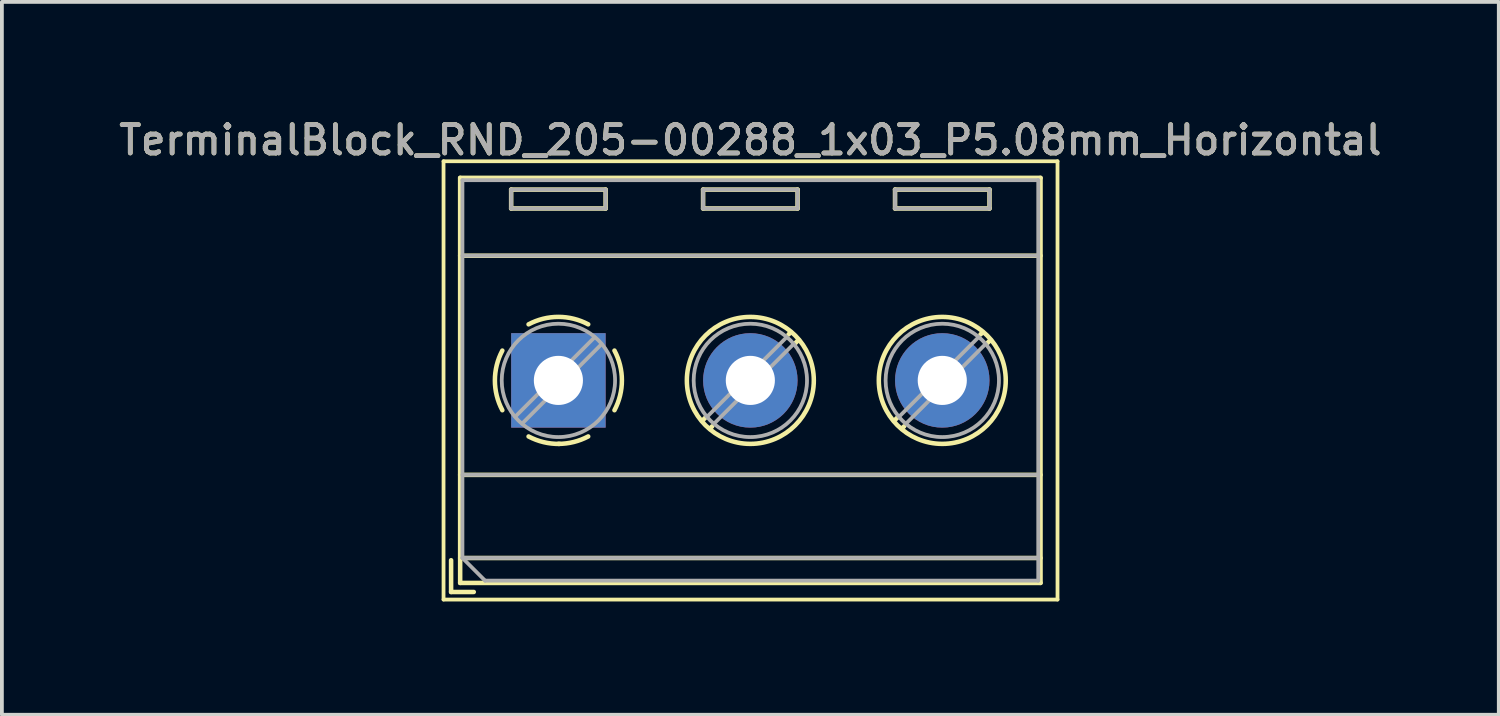
<source format=kicad_pcb>
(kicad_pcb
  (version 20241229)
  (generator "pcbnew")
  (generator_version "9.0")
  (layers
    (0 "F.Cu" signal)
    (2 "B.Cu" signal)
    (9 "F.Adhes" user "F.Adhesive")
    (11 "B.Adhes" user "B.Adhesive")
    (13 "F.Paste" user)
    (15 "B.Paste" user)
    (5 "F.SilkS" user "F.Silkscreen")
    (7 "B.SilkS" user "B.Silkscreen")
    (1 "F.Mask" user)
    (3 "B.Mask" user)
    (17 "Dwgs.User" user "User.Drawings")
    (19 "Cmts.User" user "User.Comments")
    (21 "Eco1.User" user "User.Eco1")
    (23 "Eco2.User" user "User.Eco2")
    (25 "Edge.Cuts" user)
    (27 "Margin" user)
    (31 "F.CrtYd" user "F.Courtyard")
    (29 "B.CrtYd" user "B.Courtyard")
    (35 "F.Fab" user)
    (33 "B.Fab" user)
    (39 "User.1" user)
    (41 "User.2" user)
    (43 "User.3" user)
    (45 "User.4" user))
  (footprint "TerminalBlock_RND_205-00288_1x03_P5.08mm_Horizontal"
    (layer "F.Cu")
    (at 11.729 7.018)
    (property "Reference" "TerminalBlock_RND_205-00288_1x03_P5.08mm_Horizontal" (at 5.08 -6.36 0) (layer "F.SilkS") (effects (font (size 0.75 0.75) (thickness 0.125))))
    (attr through_hole)
    (fp_line (start -3.04 -5.8) (end -3.04 5.8) (stroke (width 0.1) (type solid)) (layer "F.SilkS"))
    (fp_line (start -3.04 5.8) (end 13.21 5.8) (stroke (width 0.1) (type solid)) (layer "F.SilkS"))
    (fp_line (start -2.84 4.76) (end -2.84 5.6) (stroke (width 0.12) (type solid)) (layer "F.SilkS"))
    (fp_line (start -2.84 5.6) (end -2.24 5.6) (stroke (width 0.12) (type solid)) (layer "F.SilkS"))
    (fp_line (start -2.6 -5.36) (end -2.6 5.36) (stroke (width 0.12) (type solid)) (layer "F.SilkS"))
    (fp_line (start -2.6 -5.36) (end 12.76 -5.36) (stroke (width 0.12) (type solid)) (layer "F.SilkS"))
    (fp_line (start -2.6 -3.3) (end 12.76 -3.3) (stroke (width 0.12) (type solid)) (layer "F.SilkS"))
    (fp_line (start -2.6 2.5) (end 12.76 2.5) (stroke (width 0.12) (type solid)) (layer "F.SilkS"))
    (fp_line (start -2.6 4.7) (end 12.76 4.7) (stroke (width 0.12) (type solid)) (layer "F.SilkS"))
    (fp_line (start -2.6 5.36) (end 12.76 5.36) (stroke (width 0.12) (type solid)) (layer "F.SilkS"))
    (fp_line (start -1.25 -5.05) (end -1.25 -4.55) (stroke (width 0.12) (type solid)) (layer "F.SilkS"))
    (fp_line (start -1.25 -5.05) (end 1.25 -5.05) (stroke (width 0.12) (type solid)) (layer "F.SilkS"))
    (fp_line (start -1.25 -4.55) (end 1.25 -4.55) (stroke (width 0.12) (type solid)) (layer "F.SilkS"))
    (fp_line (start 1.25 -5.05) (end 1.25 -4.55) (stroke (width 0.12) (type solid)) (layer "F.SilkS"))
    (fp_line (start 3.83 -5.05) (end 3.83 -4.55) (stroke (width 0.12) (type solid)) (layer "F.SilkS"))
    (fp_line (start 3.83 -5.05) (end 6.33 -5.05) (stroke (width 0.12) (type solid)) (layer "F.SilkS"))
    (fp_line (start 3.83 -4.55) (end 6.33 -4.55) (stroke (width 0.12) (type solid)) (layer "F.SilkS"))
    (fp_line (start 3.9 0.976) (end 3.806 1.069) (stroke (width 0.12) (type solid)) (layer "F.SilkS"))
    (fp_line (start 4.07 1.216) (end 4.011 1.274) (stroke (width 0.12) (type solid)) (layer "F.SilkS"))
    (fp_line (start 6.15 -1.275) (end 6.091 -1.216) (stroke (width 0.12) (type solid)) (layer "F.SilkS"))
    (fp_line (start 6.33 -5.05) (end 6.33 -4.55) (stroke (width 0.12) (type solid)) (layer "F.SilkS"))
    (fp_line (start 6.355 -1.069) (end 6.261 -0.976) (stroke (width 0.12) (type solid)) (layer "F.SilkS"))
    (fp_line (start 8.91 -5.05) (end 8.91 -4.55) (stroke (width 0.12) (type solid)) (layer "F.SilkS"))
    (fp_line (start 8.91 -5.05) (end 11.41 -5.05) (stroke (width 0.12) (type solid)) (layer "F.SilkS"))
    (fp_line (start 8.91 -4.55) (end 11.41 -4.55) (stroke (width 0.12) (type solid)) (layer "F.SilkS"))
    (fp_line (start 8.98 0.976) (end 8.886 1.069) (stroke (width 0.12) (type solid)) (layer "F.SilkS"))
    (fp_line (start 9.15 1.216) (end 9.091 1.274) (stroke (width 0.12) (type solid)) (layer "F.SilkS"))
    (fp_line (start 11.23 -1.275) (end 11.171 -1.216) (stroke (width 0.12) (type solid)) (layer "F.SilkS"))
    (fp_line (start 11.41 -5.05) (end 11.41 -4.55) (stroke (width 0.12) (type solid)) (layer "F.SilkS"))
    (fp_line (start 11.435 -1.069) (end 11.341 -0.976) (stroke (width 0.12) (type solid)) (layer "F.SilkS"))
    (fp_line (start 12.76 -5.36) (end 12.76 5.36) (stroke (width 0.12) (type solid)) (layer "F.SilkS"))
    (fp_line (start 13.21 -5.8) (end -3.04 -5.8) (stroke (width 0.1) (type solid)) (layer "F.SilkS"))
    (fp_line (start 13.21 5.8) (end 13.21 -5.8) (stroke (width 0.1) (type solid)) (layer "F.SilkS"))
    (fp_arc (start -1.483953 0.789089) (mid -1.680708 0.00005) (end -1.484 -0.789) (stroke (width 0.12) (type solid)) (layer "F.SilkS"))
    (fp_arc (start -0.789089 -1.483953) (mid -0.00005 -1.680708) (end 0.789 -1.484) (stroke (width 0.12) (type solid)) (layer "F.SilkS"))
    (fp_arc (start 0.029383 1.68045) (mid -0.392304 1.634281) (end -0.789 1.484) (stroke (width 0.12) (type solid)) (layer "F.SilkS"))
    (fp_arc (start 0.788712 1.483352) (mid 0.406429 1.630097) (end 0 1.68) (stroke (width 0.12) (type solid)) (layer "F.SilkS"))
    (fp_arc (start 1.483953 -0.789089) (mid 1.680708 -0.00005) (end 1.484 0.789) (stroke (width 0.12) (type solid)) (layer "F.SilkS"))
    (fp_circle (center 5.08 0) (end 6.76 0) (stroke (width 0.12) (type solid)) (fill no) (layer "F.SilkS"))
    (fp_circle (center 10.16 0) (end 11.84 0) (stroke (width 0.12) (type solid)) (fill no) (layer "F.SilkS"))
    (fp_line (start -2.54 -5.3) (end 12.7 -5.3) (stroke (width 0.1) (type solid)) (layer "F.Fab"))
    (fp_line (start -2.54 -3.3) (end 12.7 -3.3) (stroke (width 0.1) (type solid)) (layer "F.Fab"))
    (fp_line (start -2.54 2.5) (end 12.7 2.5) (stroke (width 0.1) (type solid)) (layer "F.Fab"))
    (fp_line (start -2.54 4.7) (end -2.54 -5.3) (stroke (width 0.1) (type solid)) (layer "F.Fab"))
    (fp_line (start -2.54 4.7) (end 12.7 4.7) (stroke (width 0.1) (type solid)) (layer "F.Fab"))
    (fp_line (start -1.94 5.3) (end -2.54 4.7) (stroke (width 0.1) (type solid)) (layer "F.Fab"))
    (fp_line (start -1.25 -5.05) (end -1.25 -4.55) (stroke (width 0.1) (type solid)) (layer "F.Fab"))
    (fp_line (start -1.25 -4.55) (end 1.25 -4.55) (stroke (width 0.1) (type solid)) (layer "F.Fab"))
    (fp_line (start 0.955 -1.138) (end -1.138 0.955) (stroke (width 0.1) (type solid)) (layer "F.Fab"))
    (fp_line (start 1.138 -0.955) (end -0.955 1.138) (stroke (width 0.1) (type solid)) (layer "F.Fab"))
    (fp_line (start 1.25 -5.05) (end -1.25 -5.05) (stroke (width 0.1) (type solid)) (layer "F.Fab"))
    (fp_line (start 1.25 -4.55) (end 1.25 -5.05) (stroke (width 0.1) (type solid)) (layer "F.Fab"))
    (fp_line (start 3.83 -5.05) (end 3.83 -4.55) (stroke (width 0.1) (type solid)) (layer "F.Fab"))
    (fp_line (start 3.83 -4.55) (end 6.33 -4.55) (stroke (width 0.1) (type solid)) (layer "F.Fab"))
    (fp_line (start 6.035 -1.138) (end 3.943 0.955) (stroke (width 0.1) (type solid)) (layer "F.Fab"))
    (fp_line (start 6.218 -0.955) (end 4.126 1.138) (stroke (width 0.1) (type solid)) (layer "F.Fab"))
    (fp_line (start 6.33 -5.05) (end 3.83 -5.05) (stroke (width 0.1) (type solid)) (layer "F.Fab"))
    (fp_line (start 6.33 -4.55) (end 6.33 -5.05) (stroke (width 0.1) (type solid)) (layer "F.Fab"))
    (fp_line (start 8.91 -5.05) (end 8.91 -4.55) (stroke (width 0.1) (type solid)) (layer "F.Fab"))
    (fp_line (start 8.91 -4.55) (end 11.41 -4.55) (stroke (width 0.1) (type solid)) (layer "F.Fab"))
    (fp_line (start 11.115 -1.138) (end 9.023 0.955) (stroke (width 0.1) (type solid)) (layer "F.Fab"))
    (fp_line (start 11.298 -0.955) (end 9.206 1.138) (stroke (width 0.1) (type solid)) (layer "F.Fab"))
    (fp_line (start 11.41 -5.05) (end 8.91 -5.05) (stroke (width 0.1) (type solid)) (layer "F.Fab"))
    (fp_line (start 11.41 -4.55) (end 11.41 -5.05) (stroke (width 0.1) (type solid)) (layer "F.Fab"))
    (fp_line (start 12.7 -5.3) (end 12.7 5.3) (stroke (width 0.1) (type solid)) (layer "F.Fab"))
    (fp_line (start 12.7 5.3) (end -1.94 5.3) (stroke (width 0.1) (type solid)) (layer "F.Fab"))
    (fp_circle (center 0 0) (end 1.5 0) (stroke (width 0.1) (type solid)) (fill no) (layer "F.Fab"))
    (fp_circle (center 5.08 0) (end 6.58 0) (stroke (width 0.1) (type solid)) (fill no) (layer "F.Fab"))
    (fp_circle (center 10.16 0) (end 11.66 0) (stroke (width 0.1) (type solid)) (fill no) (layer "F.Fab"))
    (fp_text user "${REFERENCE}" (at 5.08 -6.36 0) (layer "F.Fab") (effects (font (size 0.75 0.75) (thickness 0.125))))
    (pad "1" thru_hole rect (at 0 0) (size 2.5 2.5) (drill 1.3) (layers "*.Cu" "*.Mask"))
    (pad "2" thru_hole circle (at 5.08 0) (size 2.5 2.5) (drill 1.3) (layers "*.Cu" "*.Mask"))
    (pad "3" thru_hole circle (at 10.16 0) (size 2.5 2.5) (drill 1.3) (layers "*.Cu" "*.Mask")))
  (gr_rect
    (start -3 -3)
    (end 36.618 15.868)
    (stroke (width 0.1) (type default))
    (fill no)
    (layer "Edge.Cuts")))
</source>
